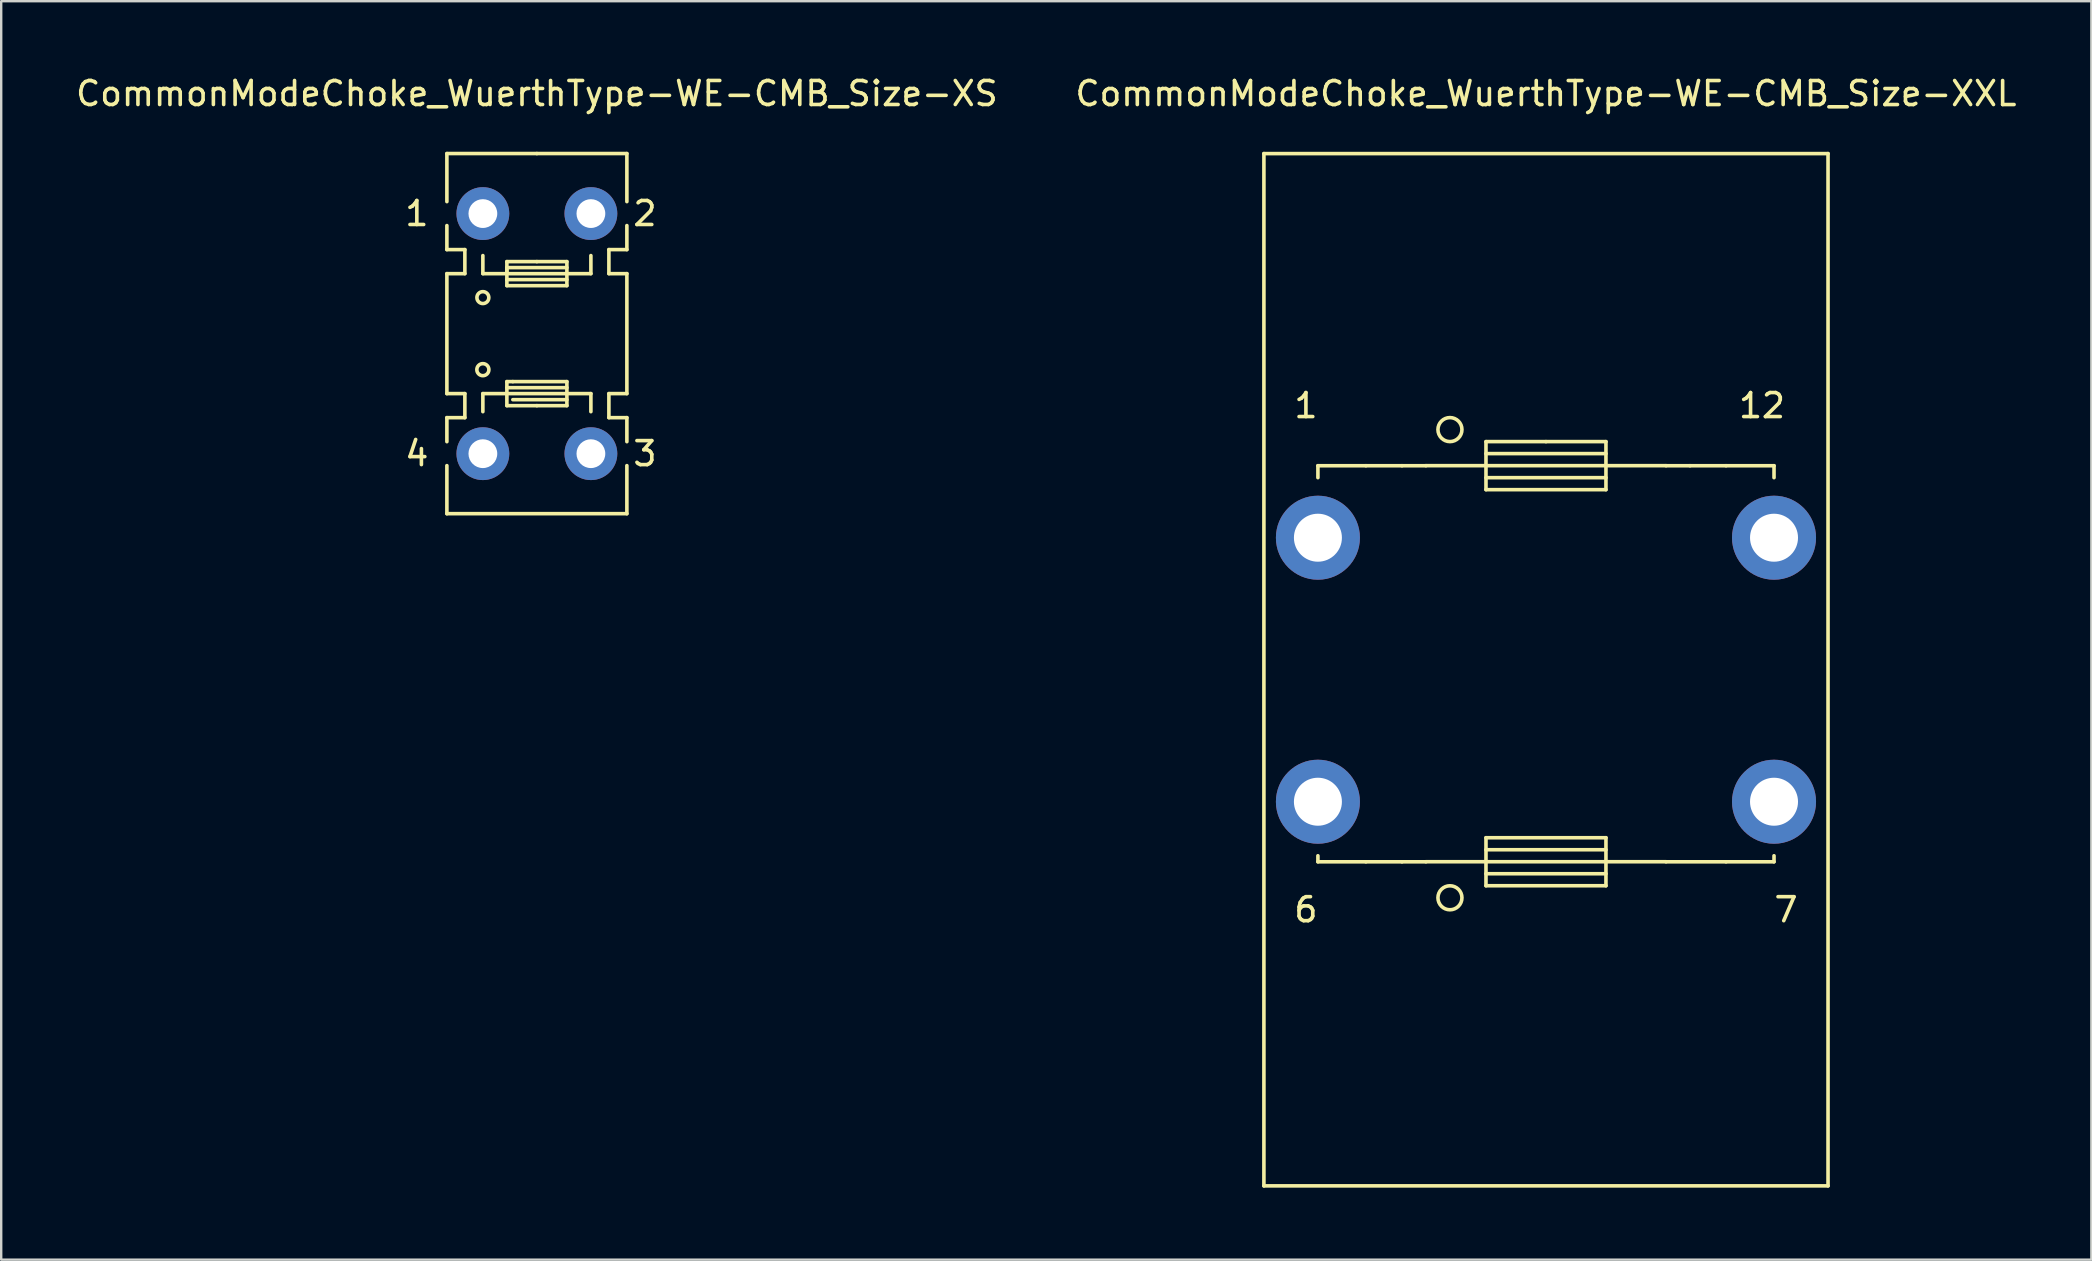
<source format=kicad_pcb>
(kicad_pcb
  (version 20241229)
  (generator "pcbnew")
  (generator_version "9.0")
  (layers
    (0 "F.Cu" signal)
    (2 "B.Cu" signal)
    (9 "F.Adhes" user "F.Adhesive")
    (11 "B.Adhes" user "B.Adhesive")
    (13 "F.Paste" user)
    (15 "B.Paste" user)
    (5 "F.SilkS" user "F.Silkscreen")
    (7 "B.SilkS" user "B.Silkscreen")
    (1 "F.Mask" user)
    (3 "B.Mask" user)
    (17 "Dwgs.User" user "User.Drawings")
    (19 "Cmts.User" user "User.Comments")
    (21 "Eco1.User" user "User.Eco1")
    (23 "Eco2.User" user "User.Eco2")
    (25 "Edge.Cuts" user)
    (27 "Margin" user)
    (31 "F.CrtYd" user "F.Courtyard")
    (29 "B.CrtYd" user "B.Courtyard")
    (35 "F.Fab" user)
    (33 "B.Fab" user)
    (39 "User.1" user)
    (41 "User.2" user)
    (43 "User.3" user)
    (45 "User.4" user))
  (footprint "CommonModeChoke_WuerthType-WE-CMB_Size-XXL"
    (layer "F.Cu")
    (at 61.351 24.849)
    (property "Reference" "CommonModeChoke_WuerthType-WE-CMB_Size-XXL" (at 0 -24 0) (layer "F.SilkS") (effects (font (size 1 1) (thickness 0.15))))
    (attr through_hole)
    (fp_line (start -11.75 -21.501) (end -11.75 21.501) (stroke (width 0.15) (type solid)) (layer "F.SilkS"))
    (fp_line (start -11.75 21.501) (end 11.75 21.501) (stroke (width 0.15) (type solid)) (layer "F.SilkS"))
    (fp_line (start -9.5 -8.499) (end -9.5 -8.001) (stroke (width 0.15) (type solid)) (layer "F.SilkS"))
    (fp_line (start -9.5 8.001) (end -9.5 7.75) (stroke (width 0.15) (type solid)) (layer "F.SilkS"))
    (fp_line (start -7.501 -8.499) (end -9.5 -8.499) (stroke (width 0.15) (type solid)) (layer "F.SilkS"))
    (fp_line (start -7.501 8.001) (end -9.5 8.001) (stroke (width 0.15) (type solid)) (layer "F.SilkS"))
    (fp_line (start -5.999 -8.499) (end -7.501 -8.499) (stroke (width 0.15) (type solid)) (layer "F.SilkS"))
    (fp_line (start -5.999 8.001) (end -7.501 8.001) (stroke (width 0.15) (type solid)) (layer "F.SilkS"))
    (fp_line (start -5.001 -8.499) (end -5.999 -8.499) (stroke (width 0.15) (type solid)) (layer "F.SilkS"))
    (fp_line (start -5.001 7.998) (end -2.499 7.998) (stroke (width 0.15) (type solid)) (layer "F.SilkS"))
    (fp_line (start -5.001 8.001) (end -5.999 8.001) (stroke (width 0.15) (type solid)) (layer "F.SilkS"))
    (fp_line (start -2.499 -9.502) (end 0 -9.502) (stroke (width 0.15) (type solid)) (layer "F.SilkS"))
    (fp_line (start -2.499 -8.501) (end -5.001 -8.501) (stroke (width 0.15) (type solid)) (layer "F.SilkS"))
    (fp_line (start -2.499 -8.501) (end 2.499 -8.501) (stroke (width 0.15) (type solid)) (layer "F.SilkS"))
    (fp_line (start -2.499 -8.001) (end 2.499 -8.001) (stroke (width 0.15) (type solid)) (layer "F.SilkS"))
    (fp_line (start -2.499 -7.501) (end -2.499 -9.502) (stroke (width 0.15) (type solid)) (layer "F.SilkS"))
    (fp_line (start -2.499 6.998) (end 2.499 6.998) (stroke (width 0.15) (type solid)) (layer "F.SilkS"))
    (fp_line (start -2.499 8.499) (end 2.499 8.499) (stroke (width 0.15) (type solid)) (layer "F.SilkS"))
    (fp_line (start -2.499 8.999) (end -2.499 6.998) (stroke (width 0.15) (type solid)) (layer "F.SilkS"))
    (fp_line (start 0 -9.502) (end 2.499 -9.502) (stroke (width 0.15) (type solid)) (layer "F.SilkS"))
    (fp_line (start 2.499 -9.502) (end 2.499 -7.501) (stroke (width 0.15) (type solid)) (layer "F.SilkS"))
    (fp_line (start 2.499 -9.002) (end -2.499 -9.002) (stroke (width 0.15) (type solid)) (layer "F.SilkS"))
    (fp_line (start 2.499 -8.501) (end 5.001 -8.501) (stroke (width 0.15) (type solid)) (layer "F.SilkS"))
    (fp_line (start 2.499 -7.501) (end -2.499 -7.501) (stroke (width 0.15) (type solid)) (layer "F.SilkS"))
    (fp_line (start 2.499 6.998) (end 2.499 8.999) (stroke (width 0.15) (type solid)) (layer "F.SilkS"))
    (fp_line (start 2.499 7.498) (end -2.499 7.498) (stroke (width 0.15) (type solid)) (layer "F.SilkS"))
    (fp_line (start 2.499 7.998) (end -2.499 7.998) (stroke (width 0.15) (type solid)) (layer "F.SilkS"))
    (fp_line (start 2.499 8.999) (end -2.499 8.999) (stroke (width 0.15) (type solid)) (layer "F.SilkS"))
    (fp_line (start 5.001 -8.499) (end 5.999 -8.499) (stroke (width 0.15) (type solid)) (layer "F.SilkS"))
    (fp_line (start 5.001 7.998) (end 2.499 7.998) (stroke (width 0.15) (type solid)) (layer "F.SilkS"))
    (fp_line (start 5.001 8.001) (end 7.501 8.001) (stroke (width 0.15) (type solid)) (layer "F.SilkS"))
    (fp_line (start 5.999 -8.499) (end 7.501 -8.499) (stroke (width 0.15) (type solid)) (layer "F.SilkS"))
    (fp_line (start 7.501 -8.499) (end 9.5 -8.499) (stroke (width 0.15) (type solid)) (layer "F.SilkS"))
    (fp_line (start 7.501 8.001) (end 9.5 8.001) (stroke (width 0.15) (type solid)) (layer "F.SilkS"))
    (fp_line (start 9.5 -8.499) (end 9.5 -8.001) (stroke (width 0.15) (type solid)) (layer "F.SilkS"))
    (fp_line (start 9.5 8.001) (end 9.5 7.75) (stroke (width 0.15) (type solid)) (layer "F.SilkS"))
    (fp_line (start 11.75 -21.501) (end -11.75 -21.501) (stroke (width 0.15) (type solid)) (layer "F.SilkS"))
    (fp_line (start 11.75 21.501) (end 11.75 -21.501) (stroke (width 0.15) (type solid)) (layer "F.SilkS"))
    (fp_circle (center -4 -10.003) (end -3.5 -10.003) (stroke (width 0.15) (type solid)) (fill no) (layer "F.SilkS"))
    (fp_circle (center -4 9.5) (end -3.5 9.5) (stroke (width 0.15) (type solid)) (fill no) (layer "F.SilkS"))
    (fp_text user "7" (at 10 10 0) (layer "F.SilkS") (effects (font (size 1 1) (thickness 0.15))))
    (fp_text user "1" (at -10 -11.001 0) (layer "F.SilkS") (effects (font (size 1 1) (thickness 0.15))))
    (fp_text user "6" (at -10 10 0) (layer "F.SilkS") (effects (font (size 1 1) (thickness 0.15))))
    (fp_text user "12" (at 8.999 -11.001 0) (layer "F.SilkS") (effects (font (size 1 1) (thickness 0.15))))
    (pad "1" thru_hole circle (at -9.5 -5.499) (size 3.5 3.5) (drill 1.999) (layers "*.Cu" "*.Mask"))
    (pad "6" thru_hole circle (at -9.5 5.499) (size 3.5 3.5) (drill 1.999) (layers "*.Cu" "*.Mask"))
    (pad "7" thru_hole circle (at 9.5 5.499) (size 3.5 3.5) (drill 1.999) (layers "*.Cu" "*.Mask"))
    (pad "12" thru_hole circle (at 9.5 -5.499) (size 3.5 3.5) (drill 1.999) (layers "*.Cu" "*.Mask")))
  (footprint "CommonModeChoke_WuerthType-WE-CMB_Size-XS"
    (layer "F.Cu")
    (at 19.315 10.848)
    (property "Reference" "CommonModeChoke_WuerthType-WE-CMB_Size-XS" (at 0 -10 0) (layer "F.SilkS") (effects (font (size 1 1) (thickness 0.15))))
    (attr through_hole)
    (fp_line (start -3.749 -7.501) (end 0 -7.501) (stroke (width 0.15) (type solid)) (layer "F.SilkS"))
    (fp_line (start -3.749 -5.499) (end -3.749 -7.501) (stroke (width 0.15) (type solid)) (layer "F.SilkS"))
    (fp_line (start -3.749 -3.5) (end -3.749 -4.501) (stroke (width 0.15) (type solid)) (layer "F.SilkS"))
    (fp_line (start -3.749 -2.499) (end -3 -2.499) (stroke (width 0.15) (type solid)) (layer "F.SilkS"))
    (fp_line (start -3.749 2.499) (end -3.749 -2.499) (stroke (width 0.15) (type solid)) (layer "F.SilkS"))
    (fp_line (start -3.749 3.5) (end -3 3.5) (stroke (width 0.15) (type solid)) (layer "F.SilkS"))
    (fp_line (start -3.749 4.501) (end -3.749 3.5) (stroke (width 0.15) (type solid)) (layer "F.SilkS"))
    (fp_line (start -3.749 7.501) (end -3.749 5.499) (stroke (width 0.15) (type solid)) (layer "F.SilkS"))
    (fp_line (start -3 -3.5) (end -3.749 -3.5) (stroke (width 0.15) (type solid)) (layer "F.SilkS"))
    (fp_line (start -3 -2.499) (end -3 -3.5) (stroke (width 0.15) (type solid)) (layer "F.SilkS"))
    (fp_line (start -3 2.499) (end -3.749 2.499) (stroke (width 0.15) (type solid)) (layer "F.SilkS"))
    (fp_line (start -3 3.5) (end -3 2.499) (stroke (width 0.15) (type solid)) (layer "F.SilkS"))
    (fp_line (start -2.25 -2.499) (end -2.25 -3.251) (stroke (width 0.15) (type solid)) (layer "F.SilkS"))
    (fp_line (start -2.25 2.499) (end -2.25 3.251) (stroke (width 0.15) (type solid)) (layer "F.SilkS"))
    (fp_line (start -1.25 -3) (end 0 -3) (stroke (width 0.15) (type solid)) (layer "F.SilkS"))
    (fp_line (start -1.25 -2.751) (end -1.25 -2.499) (stroke (width 0.15) (type solid)) (layer "F.SilkS"))
    (fp_line (start -1.25 -2.499) (end -2.25 -2.499) (stroke (width 0.15) (type solid)) (layer "F.SilkS"))
    (fp_line (start -1.25 -2.25) (end 1.25 -2.25) (stroke (width 0.15) (type solid)) (layer "F.SilkS"))
    (fp_line (start -1.25 -1.999) (end -1.25 -3) (stroke (width 0.15) (type solid)) (layer "F.SilkS"))
    (fp_line (start -1.25 1.999) (end -1.25 3) (stroke (width 0.15) (type solid)) (layer "F.SilkS"))
    (fp_line (start -1.25 2.499) (end -2.25 2.499) (stroke (width 0.15) (type solid)) (layer "F.SilkS"))
    (fp_line (start -1.25 3) (end 0 3) (stroke (width 0.15) (type solid)) (layer "F.SilkS"))
    (fp_line (start -1.001 1.999) (end -1.25 1.999) (stroke (width 0.15) (type solid)) (layer "F.SilkS"))
    (fp_line (start 0 -7.501) (end 3.749 -7.501) (stroke (width 0.15) (type solid)) (layer "F.SilkS"))
    (fp_line (start 0 -3) (end 1.25 -3) (stroke (width 0.15) (type solid)) (layer "F.SilkS"))
    (fp_line (start 0 3) (end 1.25 3) (stroke (width 0.15) (type solid)) (layer "F.SilkS"))
    (fp_line (start 1.25 -3) (end 1.25 -1.999) (stroke (width 0.15) (type solid)) (layer "F.SilkS"))
    (fp_line (start 1.25 -2.751) (end -1.25 -2.751) (stroke (width 0.15) (type solid)) (layer "F.SilkS"))
    (fp_line (start 1.25 -2.499) (end -1.25 -2.499) (stroke (width 0.15) (type solid)) (layer "F.SilkS"))
    (fp_line (start 1.25 -2.499) (end 2.25 -2.499) (stroke (width 0.15) (type solid)) (layer "F.SilkS"))
    (fp_line (start 1.25 -1.999) (end -1.25 -1.999) (stroke (width 0.15) (type solid)) (layer "F.SilkS"))
    (fp_line (start 1.25 1.999) (end -1.001 1.999) (stroke (width 0.15) (type solid)) (layer "F.SilkS"))
    (fp_line (start 1.25 2.25) (end -1.25 2.25) (stroke (width 0.15) (type solid)) (layer "F.SilkS"))
    (fp_line (start 1.25 2.499) (end -1.25 2.499) (stroke (width 0.15) (type solid)) (layer "F.SilkS"))
    (fp_line (start 1.25 2.499) (end 2.25 2.499) (stroke (width 0.15) (type solid)) (layer "F.SilkS"))
    (fp_line (start 1.25 2.751) (end -1.001 2.751) (stroke (width 0.15) (type solid)) (layer "F.SilkS"))
    (fp_line (start 1.25 3) (end 1.25 1.999) (stroke (width 0.15) (type solid)) (layer "F.SilkS"))
    (fp_line (start 2.25 -2.499) (end 2.25 -3.251) (stroke (width 0.15) (type solid)) (layer "F.SilkS"))
    (fp_line (start 2.25 2.499) (end 2.25 3.251) (stroke (width 0.15) (type solid)) (layer "F.SilkS"))
    (fp_line (start 3 -3.5) (end 3 -2.499) (stroke (width 0.15) (type solid)) (layer "F.SilkS"))
    (fp_line (start 3 -2.499) (end 3.749 -2.499) (stroke (width 0.15) (type solid)) (layer "F.SilkS"))
    (fp_line (start 3 2.499) (end 3 3.5) (stroke (width 0.15) (type solid)) (layer "F.SilkS"))
    (fp_line (start 3 3.5) (end 3.749 3.5) (stroke (width 0.15) (type solid)) (layer "F.SilkS"))
    (fp_line (start 3.749 -7.501) (end 3.749 -5.499) (stroke (width 0.15) (type solid)) (layer "F.SilkS"))
    (fp_line (start 3.749 -4.501) (end 3.749 -3.5) (stroke (width 0.15) (type solid)) (layer "F.SilkS"))
    (fp_line (start 3.749 -3.5) (end 3 -3.5) (stroke (width 0.15) (type solid)) (layer "F.SilkS"))
    (fp_line (start 3.749 -2.499) (end 3.749 2.499) (stroke (width 0.15) (type solid)) (layer "F.SilkS"))
    (fp_line (start 3.749 2.499) (end 3 2.499) (stroke (width 0.15) (type solid)) (layer "F.SilkS"))
    (fp_line (start 3.749 3.5) (end 3.749 4.501) (stroke (width 0.15) (type solid)) (layer "F.SilkS"))
    (fp_line (start 3.749 5.499) (end 3.749 7.501) (stroke (width 0.15) (type solid)) (layer "F.SilkS"))
    (fp_line (start 3.749 7.501) (end -3.749 7.501) (stroke (width 0.15) (type solid)) (layer "F.SilkS"))
    (fp_circle (center -2.25 -1.501) (end -2.002 -1.501) (stroke (width 0.15) (type solid)) (fill no) (layer "F.SilkS"))
    (fp_circle (center -2.25 1.501) (end -2.25 1.25) (stroke (width 0.15) (type solid)) (fill no) (layer "F.SilkS"))
    (fp_text user "4" (at -5.001 5.001 0) (layer "F.SilkS") (effects (font (size 1 1) (thickness 0.15))))
    (fp_text user "1" (at -5.001 -5.001 0) (layer "F.SilkS") (effects (font (size 1 1) (thickness 0.15))))
    (fp_text user "3" (at 4.501 5.001 0) (layer "F.SilkS") (effects (font (size 1 1) (thickness 0.15))))
    (fp_text user "2" (at 4.501 -5.001 0) (layer "F.SilkS") (effects (font (size 1 1) (thickness 0.15))))
    (pad "1" thru_hole circle (at -2.25 -5.001) (size 2.2 2.2) (drill 1.199) (layers "*.Cu" "*.Mask"))
    (pad "2" thru_hole circle (at 2.25 -5.001) (size 2.2 2.2) (drill 1.199) (layers "*.Cu" "*.Mask"))
    (pad "3" thru_hole circle (at 2.25 5.001) (size 2.2 2.2) (drill 1.199) (layers "*.Cu" "*.Mask"))
    (pad "4" thru_hole circle (at -2.25 5.001) (size 2.2 2.2) (drill 1.199) (layers "*.Cu" "*.Mask")))
  (gr_rect
    (start -3 -3)
    (end 84.071 49.425)
    (stroke (width 0.1) (type default))
    (fill no)
    (layer "Edge.Cuts")))
</source>
